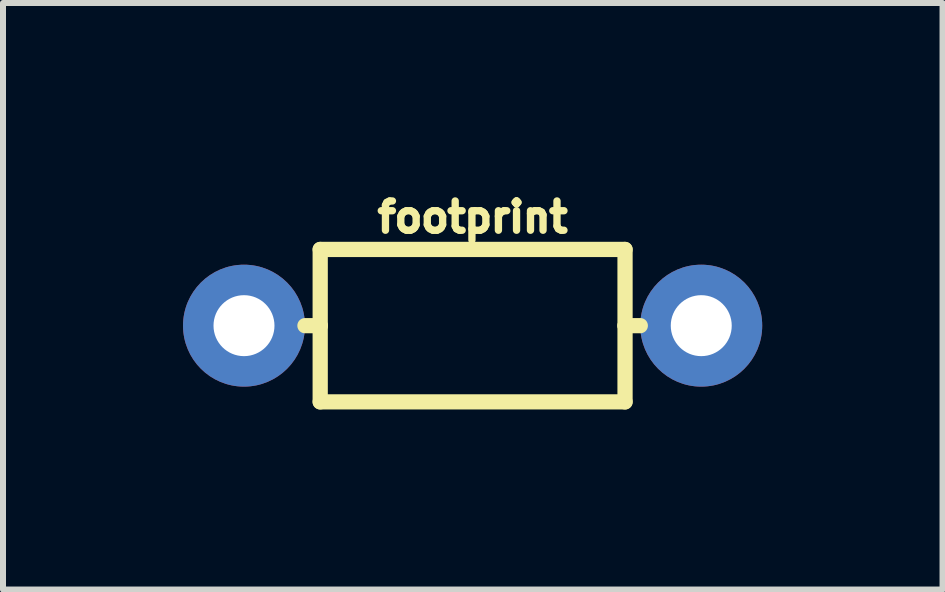
<source format=kicad_pcb>
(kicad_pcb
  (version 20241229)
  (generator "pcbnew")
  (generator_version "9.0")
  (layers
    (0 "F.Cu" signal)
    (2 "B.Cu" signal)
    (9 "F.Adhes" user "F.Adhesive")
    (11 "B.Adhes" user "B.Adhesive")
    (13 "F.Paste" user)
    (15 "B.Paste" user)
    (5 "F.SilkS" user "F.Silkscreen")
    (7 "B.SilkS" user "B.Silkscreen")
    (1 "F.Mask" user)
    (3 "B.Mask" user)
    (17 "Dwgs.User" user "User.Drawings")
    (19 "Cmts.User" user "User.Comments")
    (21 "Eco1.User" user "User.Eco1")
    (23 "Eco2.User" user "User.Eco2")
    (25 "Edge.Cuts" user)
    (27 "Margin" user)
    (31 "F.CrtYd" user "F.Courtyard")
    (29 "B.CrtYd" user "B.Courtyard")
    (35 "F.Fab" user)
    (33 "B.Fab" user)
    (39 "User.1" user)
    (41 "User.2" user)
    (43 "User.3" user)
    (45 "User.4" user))
  (footprint "footprint"
    (layer "F.Cu")
    (at 4.826 2.377)
    (property "Reference" "footprint" (at 0 -1.524 0) (layer "F.SilkS") (effects (font (size 0.488 0.488) (thickness 0.122)) (justify bottom)))
    (fp_poly (pts (xy -3.651 -0.483) (xy -3.509 -0.408) (xy -3.393 -0.289) (xy -3.303 0.006) (xy -3.33 0.166) (xy -3.402 0.305) (xy -3.514 0.415) (xy -3.655 0.486) (xy -3.801 0.507) (xy -3.81 0.445) (xy -3.818 0.507) (xy -3.963 0.488) (xy -4.104 0.42) (xy -4.22 0.309) (xy -4.319 0.027) (xy -4.297 -0.139) (xy -4.227 -0.286) (xy -4.111 -0.408) (xy -3.815 -0.512)) (stroke (width 0) (type solid)) (fill yes) (layer "F.Mask"))
    (fp_poly (pts (xy 3.977 -0.491) (xy 4.119 -0.416) (xy 4.234 -0.296) (xy 4.325 -0.002) (xy 4.298 0.158) (xy 4.225 0.298) (xy 4.113 0.408) (xy 3.973 0.478) (xy 3.827 0.5) (xy 3.818 0.437) (xy 3.809 0.5) (xy 3.664 0.48) (xy 3.524 0.413) (xy 3.407 0.301) (xy 3.308 0.019) (xy 3.33 -0.147) (xy 3.401 -0.294) (xy 3.516 -0.416) (xy 3.796 -0.514) (xy 3.818 -0.455) (xy 3.829 -0.517)) (stroke (width 0) (type solid)) (fill yes) (layer "F.Mask"))
    (fp_poly (pts (xy 4.019 -1.001) (xy 4.211 -0.94) (xy 4.387 -0.842) (xy 4.541 -0.712) (xy 4.666 -0.555) (xy 4.759 -0.376) (xy 4.815 -0.182) (xy 4.831 0.012) (xy 4.768 0.018) (xy 4.831 0.025) (xy 4.81 0.214) (xy 4.751 0.401) (xy 4.657 0.573) (xy 4.531 0.723) (xy 4.377 0.846) (xy 4.203 0.937) (xy 4.015 0.992) (xy 3.826 1.008) (xy 3.82 0.945) (xy 3.815 1.008) (xy 3.624 0.992) (xy 3.435 0.937) (xy 3.26 0.847) (xy 3.106 0.724) (xy 2.978 0.573) (xy 2.882 0.397) (xy 2.801 0.019) (xy 2.819 -0.185) (xy 2.875 -0.378) (xy 2.968 -0.557) (xy 3.094 -0.714) (xy 3.248 -0.844) (xy 3.427 -0.943) (xy 3.815 -1.024)) (stroke (width 0) (type solid)) (fill yes) (layer "B.Mask"))
    (fp_poly (pts (xy -3.609 -0.994) (xy -3.417 -0.932) (xy -3.241 -0.835) (xy -3.087 -0.705) (xy -2.961 -0.547) (xy -2.869 -0.368) (xy -2.813 -0.174) (xy -2.797 0.02) (xy -2.86 0.025) (xy -2.797 0.032) (xy -2.818 0.221) (xy -2.877 0.408) (xy -2.971 0.58) (xy -3.097 0.731) (xy -3.25 0.854) (xy -3.424 0.944) (xy -3.613 0.999) (xy -3.802 1.016) (xy -3.807 0.953) (xy -3.813 1.016) (xy -4.003 1) (xy -4.193 0.945) (xy -4.368 0.854) (xy -4.522 0.731) (xy -4.649 0.58) (xy -4.746 0.405) (xy -4.825 0.036) (xy -4.762 0.023) (xy -4.826 0.017) (xy -4.809 -0.177) (xy -4.753 -0.371) (xy -4.66 -0.549) (xy -4.534 -0.707) (xy -4.38 -0.836) (xy -4.2 -0.935) (xy -3.813 -1.017)) (stroke (width 0) (type solid)) (fill yes) (layer "B.Mask"))
    (fp_line (start -2.54 -1.27) (end 2.54 -1.27) (stroke (width 0.254) (type solid)) (layer "F.SilkS"))
    (fp_line (start -2.54 0) (end -2.794 0) (stroke (width 0.254) (type solid)) (layer "F.SilkS"))
    (fp_line (start -2.54 0) (end -2.54 -1.27) (stroke (width 0.254) (type solid)) (layer "F.SilkS"))
    (fp_line (start -2.54 1.27) (end -2.54 0) (stroke (width 0.254) (type solid)) (layer "F.SilkS"))
    (fp_line (start 2.54 -1.27) (end 2.54 0) (stroke (width 0.254) (type solid)) (layer "F.SilkS"))
    (fp_line (start 2.54 0) (end 2.54 1.27) (stroke (width 0.254) (type solid)) (layer "F.SilkS"))
    (fp_line (start 2.54 0) (end 2.794 0) (stroke (width 0.254) (type solid)) (layer "F.SilkS"))
    (fp_line (start 2.54 1.27) (end -2.54 1.27) (stroke (width 0.254) (type solid)) (layer "F.SilkS"))
    (pad "P$1" thru_hole circle (at -3.81 0) (size 2.032 2.032) (drill 1.016) (layers "*.Cu"))
    (pad "P$2" thru_hole circle (at 3.81 0) (size 2.032 2.032) (drill 1.016) (layers "*.Cu")))
  (gr_rect
    (start -3 -3)
    (end 12.657 6.774)
    (stroke (width 0.1) (type default))
    (fill no)
    (layer "Edge.Cuts")))
</source>
